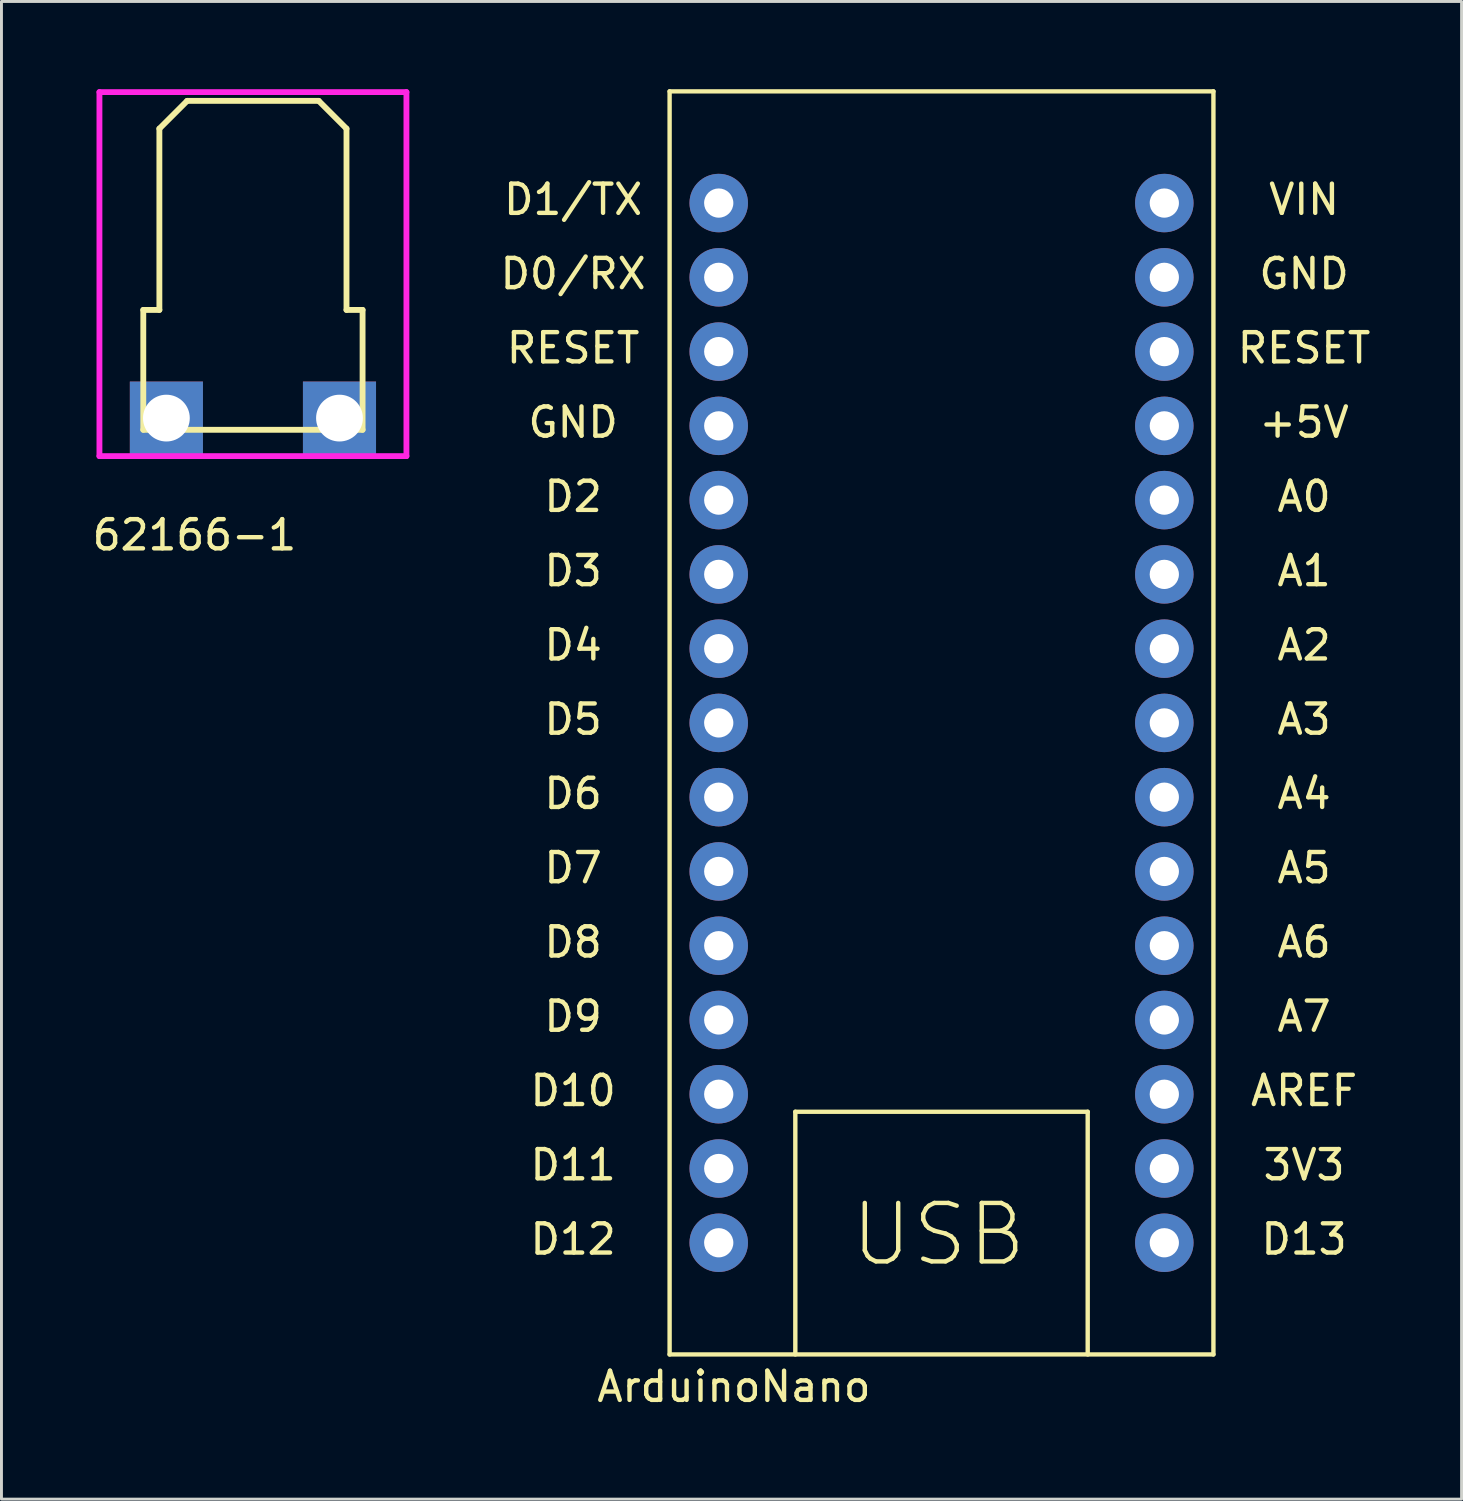
<source format=kicad_pcb>
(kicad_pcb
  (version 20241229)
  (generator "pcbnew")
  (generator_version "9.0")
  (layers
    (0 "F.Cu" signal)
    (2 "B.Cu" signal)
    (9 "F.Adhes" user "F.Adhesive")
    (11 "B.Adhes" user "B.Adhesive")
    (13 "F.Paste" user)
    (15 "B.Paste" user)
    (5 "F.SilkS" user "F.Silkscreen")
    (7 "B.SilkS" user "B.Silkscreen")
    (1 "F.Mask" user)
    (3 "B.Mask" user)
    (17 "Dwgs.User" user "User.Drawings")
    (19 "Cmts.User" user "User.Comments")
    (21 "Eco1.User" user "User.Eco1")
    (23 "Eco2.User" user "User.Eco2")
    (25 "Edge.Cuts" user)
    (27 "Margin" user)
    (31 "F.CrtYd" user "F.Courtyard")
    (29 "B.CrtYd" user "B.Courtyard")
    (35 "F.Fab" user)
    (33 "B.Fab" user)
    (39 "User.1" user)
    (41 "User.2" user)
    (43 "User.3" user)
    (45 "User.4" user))
  (footprint "62166-1"
    (layer "F.Cu")
    (at 5.601 11.25)
    (property "Reference" "62166-1" (at -2 4 0) (layer "F.SilkS") (effects (font (size 1 1) (thickness 0.15))))
    (attr through_hole)
    (fp_line (start -3.75 -3.7) (end -3.2 -3.7) (stroke (width 0.2) (type solid)) (layer "F.SilkS"))
    (fp_line (start -3.75 0.4) (end -3.75 -3.7) (stroke (width 0.2) (type solid)) (layer "F.SilkS"))
    (fp_line (start -3.2 -9.9) (end -2.25 -10.85) (stroke (width 0.2) (type solid)) (layer "F.SilkS"))
    (fp_line (start -3.2 -3.7) (end -3.2 -9.9) (stroke (width 0.2) (type solid)) (layer "F.SilkS"))
    (fp_line (start 2.25 -10.85) (end -2.25 -10.85) (stroke (width 0.2) (type solid)) (layer "F.SilkS"))
    (fp_line (start 3.2 -9.9) (end 2.25 -10.85) (stroke (width 0.2) (type solid)) (layer "F.SilkS"))
    (fp_line (start 3.2 -3.7) (end 3.2 -9.9) (stroke (width 0.2) (type solid)) (layer "F.SilkS"))
    (fp_line (start 3.75 -3.7) (end 3.2 -3.7) (stroke (width 0.2) (type solid)) (layer "F.SilkS"))
    (fp_line (start 3.75 0.4) (end -3.75 0.4) (stroke (width 0.2) (type solid)) (layer "F.SilkS"))
    (fp_line (start 3.75 0.4) (end 3.75 -3.7) (stroke (width 0.2) (type solid)) (layer "F.SilkS"))
    (fp_line (start -5.25 -11.15) (end 5.25 -11.15) (stroke (width 0.2) (type solid)) (layer "F.CrtYd"))
    (fp_line (start -5.25 1.3) (end -5.25 -11.15) (stroke (width 0.2) (type solid)) (layer "F.CrtYd"))
    (fp_line (start 5.25 -11.15) (end 5.25 1.3) (stroke (width 0.2) (type solid)) (layer "F.CrtYd"))
    (fp_line (start 5.25 1.3) (end -5.25 1.3) (stroke (width 0.2) (type solid)) (layer "F.CrtYd"))
    (pad "1" thru_hole rect (at -2.96 0) (size 2.5 2.5) (drill oval 1.6) (layers "*.Cu" "*.Mask"))
    (pad "1" thru_hole rect (at 2.96 0) (size 2.5 2.5) (drill oval 1.6) (layers "*.Cu" "*.Mask")))
  (footprint "ArduinoNano"
    (layer "F.Cu")
    (at 29.152 21.675)
    (property "Reference" "ArduinoNano" (at -7.1 22.7 0) (layer "F.SilkS") (effects (font (size 1 1) (thickness 0.15))))
    (attr through_hole)
    (fp_line (start -9.3 -21.6) (end 9.3 -21.6) (stroke (width 0.15) (type solid)) (layer "F.SilkS"))
    (fp_line (start -9.3 21.6) (end -9.3 -21.6) (stroke (width 0.15) (type solid)) (layer "F.SilkS"))
    (fp_line (start -5 13.3) (end 5 13.3) (stroke (width 0.15) (type solid)) (layer "F.SilkS"))
    (fp_line (start -5 21.6) (end -5 13.3) (stroke (width 0.15) (type solid)) (layer "F.SilkS"))
    (fp_line (start 5 13.3) (end 5 21.6) (stroke (width 0.15) (type solid)) (layer "F.SilkS"))
    (fp_line (start 9.3 -21.6) (end 9.3 21.6) (stroke (width 0.15) (type solid)) (layer "F.SilkS"))
    (fp_line (start 9.3 21.6) (end -9.3 21.6) (stroke (width 0.15) (type solid)) (layer "F.SilkS"))
    (fp_text user "GND" (at -12.6 -10.28 0) (layer "F.SilkS") (effects (font (size 1 1) (thickness 0.15))))
    (fp_text user "D2" (at -12.6 -7.74 0) (layer "F.SilkS") (effects (font (size 1 1) (thickness 0.15))))
    (fp_text user "D12" (at -12.6 17.66 0) (layer "F.SilkS") (effects (font (size 1 1) (thickness 0.15))))
    (fp_text user "RESET" (at 12.4 -12.82 0) (layer "F.SilkS") (effects (font (size 1 1) (thickness 0.15))))
    (fp_text user "USB" (at -0.1 17.5 0) (layer "F.SilkS") (effects (font (size 2 2) (thickness 0.15))))
    (fp_text user "D4" (at -12.6 -2.66 0) (layer "F.SilkS") (effects (font (size 1 1) (thickness 0.15))))
    (fp_text user "A6" (at 12.4 7.5 0) (layer "F.SilkS") (effects (font (size 1 1) (thickness 0.15))))
    (fp_text user "D13" (at 12.4 17.66 0) (layer "F.SilkS") (effects (font (size 1 1) (thickness 0.15))))
    (fp_text user "GND" (at 12.4 -15.36 0) (layer "F.SilkS") (effects (font (size 1 1) (thickness 0.15))))
    (fp_text user "A1" (at 12.4 -5.2 0) (layer "F.SilkS") (effects (font (size 1 1) (thickness 0.15))))
    (fp_text user "+5V" (at 12.4 -10.28 0) (layer "F.SilkS") (effects (font (size 1 1) (thickness 0.15))))
    (fp_text user "D1/TX" (at -12.6 -17.9 0) (layer "F.SilkS") (effects (font (size 1 1) (thickness 0.15))))
    (fp_text user "A5" (at 12.4 4.96 0) (layer "F.SilkS") (effects (font (size 1 1) (thickness 0.15))))
    (fp_text user "D9" (at -12.6 10.04 0) (layer "F.SilkS") (effects (font (size 1 1) (thickness 0.15))))
    (fp_text user "D11" (at -12.6 15.12 0) (layer "F.SilkS") (effects (font (size 1 1) (thickness 0.15))))
    (fp_text user "A3" (at 12.4 -0.12 0) (layer "F.SilkS") (effects (font (size 1 1) (thickness 0.15))))
    (fp_text user "AREF" (at 12.4 12.58 0) (layer "F.SilkS") (effects (font (size 1 1) (thickness 0.15))))
    (fp_text user "D8" (at -12.6 7.5 0) (layer "F.SilkS") (effects (font (size 1 1) (thickness 0.15))))
    (fp_text user "D3" (at -12.6 -5.2 0) (layer "F.SilkS") (effects (font (size 1 1) (thickness 0.15))))
    (fp_text user "D0/RX" (at -12.6 -15.36 0) (layer "F.SilkS") (effects (font (size 1 1) (thickness 0.15))))
    (fp_text user "D5" (at -12.6 -0.12 0) (layer "F.SilkS") (effects (font (size 1 1) (thickness 0.15))))
    (fp_text user "VIN" (at 12.4 -17.9 0) (layer "F.SilkS") (effects (font (size 1 1) (thickness 0.15))))
    (fp_text user "D7" (at -12.6 4.96 0) (layer "F.SilkS") (effects (font (size 1 1) (thickness 0.15))))
    (fp_text user "RESET" (at -12.6 -12.82 0) (layer "F.SilkS") (effects (font (size 1 1) (thickness 0.15))))
    (fp_text user "A0" (at 12.4 -7.74 0) (layer "F.SilkS") (effects (font (size 1 1) (thickness 0.15))))
    (fp_text user "D6" (at -12.6 2.42 0) (layer "F.SilkS") (effects (font (size 1 1) (thickness 0.15))))
    (fp_text user "A4" (at 12.4 2.42 0) (layer "F.SilkS") (effects (font (size 1 1) (thickness 0.15))))
    (fp_text user "A7" (at 12.4 10.04 0) (layer "F.SilkS") (effects (font (size 1 1) (thickness 0.15))))
    (fp_text user "3V3" (at 12.4 15.12 0) (layer "F.SilkS") (effects (font (size 1 1) (thickness 0.15))))
    (fp_text user "A2" (at 12.4 -2.66 0) (layer "F.SilkS") (effects (font (size 1 1) (thickness 0.15))))
    (fp_text user "D10" (at -12.6 12.58 0) (layer "F.SilkS") (effects (font (size 1 1) (thickness 0.15))))
    (pad "1" thru_hole circle (at -7.62 -17.78) (size 2 2) (drill 1) (layers "*.Cu" "*.Mask"))
    (pad "2" thru_hole circle (at -7.62 -15.24) (size 2 2) (drill 1) (layers "*.Cu" "*.Mask"))
    (pad "3" thru_hole circle (at -7.62 -12.7) (size 2 2) (drill 1) (layers "*.Cu" "*.Mask"))
    (pad "4" thru_hole circle (at -7.62 -10.16) (size 2 2) (drill 1) (layers "*.Cu" "*.Mask"))
    (pad "5" thru_hole circle (at -7.62 -7.62) (size 2 2) (drill 1) (layers "*.Cu" "*.Mask"))
    (pad "6" thru_hole circle (at -7.62 -5.08) (size 2 2) (drill 1) (layers "*.Cu" "*.Mask"))
    (pad "7" thru_hole circle (at -7.62 -2.54) (size 2 2) (drill 1) (layers "*.Cu" "*.Mask"))
    (pad "8" thru_hole circle (at -7.62 0) (size 2 2) (drill 1) (layers "*.Cu" "*.Mask"))
    (pad "9" thru_hole circle (at -7.62 2.54) (size 2 2) (drill 1) (layers "*.Cu" "*.Mask"))
    (pad "10" thru_hole circle (at -7.62 5.08) (size 2 2) (drill 1) (layers "*.Cu" "*.Mask"))
    (pad "11" thru_hole circle (at -7.62 7.62) (size 2 2) (drill 1) (layers "*.Cu" "*.Mask"))
    (pad "12" thru_hole circle (at -7.62 10.16) (size 2 2) (drill 1) (layers "*.Cu" "*.Mask"))
    (pad "13" thru_hole circle (at -7.62 12.7) (size 2 2) (drill 1) (layers "*.Cu" "*.Mask"))
    (pad "14" thru_hole circle (at -7.62 15.24) (size 2 2) (drill 1) (layers "*.Cu" "*.Mask"))
    (pad "15" thru_hole circle (at -7.62 17.78) (size 2 2) (drill 1) (layers "*.Cu" "*.Mask"))
    (pad "16" thru_hole circle (at 7.62 17.78) (size 2 2) (drill 1) (layers "*.Cu" "*.Mask"))
    (pad "17" thru_hole circle (at 7.62 15.24) (size 2 2) (drill 1) (layers "*.Cu" "*.Mask"))
    (pad "18" thru_hole circle (at 7.62 12.7) (size 2 2) (drill 1) (layers "*.Cu" "*.Mask"))
    (pad "19" thru_hole circle (at 7.62 10.16) (size 2 2) (drill 1) (layers "*.Cu" "*.Mask"))
    (pad "20" thru_hole circle (at 7.62 7.62) (size 2 2) (drill 1) (layers "*.Cu" "*.Mask"))
    (pad "21" thru_hole circle (at 7.62 5.08) (size 2 2) (drill 1) (layers "*.Cu" "*.Mask"))
    (pad "22" thru_hole circle (at 7.62 2.54) (size 2 2) (drill 1) (layers "*.Cu" "*.Mask"))
    (pad "23" thru_hole circle (at 7.62 0) (size 2 2) (drill 1) (layers "*.Cu" "*.Mask"))
    (pad "24" thru_hole circle (at 7.62 -2.54) (size 2 2) (drill 1) (layers "*.Cu" "*.Mask"))
    (pad "25" thru_hole circle (at 7.62 -5.08) (size 2 2) (drill 1) (layers "*.Cu" "*.Mask"))
    (pad "26" thru_hole circle (at 7.62 -7.62) (size 2 2) (drill 1) (layers "*.Cu" "*.Mask"))
    (pad "27" thru_hole circle (at 7.62 -10.16) (size 2 2) (drill 1) (layers "*.Cu" "*.Mask"))
    (pad "28" thru_hole circle (at 7.62 -12.7) (size 2 2) (drill 1) (layers "*.Cu" "*.Mask"))
    (pad "29" thru_hole circle (at 7.62 -15.24) (size 2 2) (drill 1) (layers "*.Cu" "*.Mask"))
    (pad "30" thru_hole circle (at 7.62 -17.78) (size 2 2) (drill 1) (layers "*.Cu" "*.Mask")))
  (gr_rect
    (start -3 -3)
    (end 46.939 48.223)
    (stroke (width 0.1) (type default))
    (fill no)
    (layer "Edge.Cuts")))
</source>
